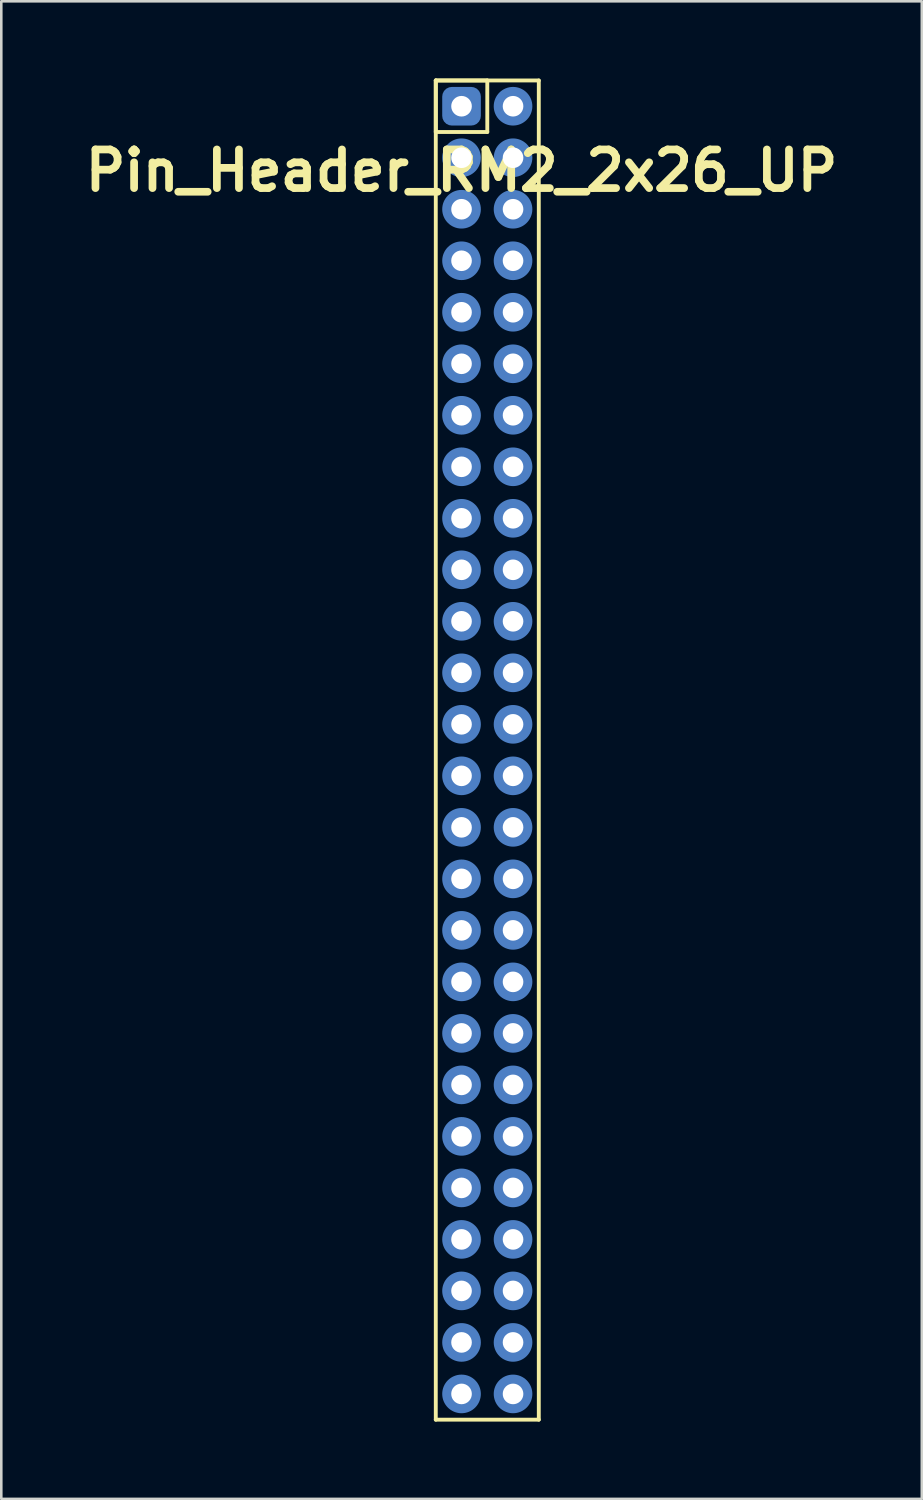
<source format=kicad_pcb>
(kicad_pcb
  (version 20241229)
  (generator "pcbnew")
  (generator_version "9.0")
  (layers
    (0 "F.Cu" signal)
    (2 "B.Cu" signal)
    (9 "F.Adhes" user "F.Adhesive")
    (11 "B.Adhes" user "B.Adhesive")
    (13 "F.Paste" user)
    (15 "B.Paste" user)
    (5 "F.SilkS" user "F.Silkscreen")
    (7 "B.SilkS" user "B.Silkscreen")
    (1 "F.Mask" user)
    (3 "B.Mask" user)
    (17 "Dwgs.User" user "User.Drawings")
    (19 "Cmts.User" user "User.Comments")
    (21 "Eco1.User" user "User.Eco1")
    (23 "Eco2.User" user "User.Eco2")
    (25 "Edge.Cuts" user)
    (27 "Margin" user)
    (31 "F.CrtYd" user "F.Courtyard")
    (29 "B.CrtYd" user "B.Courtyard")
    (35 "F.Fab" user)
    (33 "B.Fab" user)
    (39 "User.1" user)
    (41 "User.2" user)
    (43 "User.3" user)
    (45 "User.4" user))
  (footprint "Pin_Header_RM2_2x26_UP"
    (layer "F.Cu")
    (at 14.871 1.075)
    (property "Reference" "Pin_Header_RM2_2x26_UP" (at 0 2.5 0) (layer "F.SilkS") (effects (font (size 1.5 1.5) (thickness 0.3))))
    (attr through_hole)
    (fp_line (start -1 -1) (end 1 -1) (stroke (width 0.15) (type solid)) (layer "F.SilkS"))
    (fp_line (start -1 -1) (end 3 -1) (stroke (width 0.15) (type solid)) (layer "F.SilkS"))
    (fp_line (start -1 1) (end -1 -1) (stroke (width 0.15) (type solid)) (layer "F.SilkS"))
    (fp_line (start -1 51) (end -1 -1) (stroke (width 0.15) (type solid)) (layer "F.SilkS"))
    (fp_line (start 1 -1) (end 1 1) (stroke (width 0.15) (type solid)) (layer "F.SilkS"))
    (fp_line (start 1 1) (end -1 1) (stroke (width 0.15) (type solid)) (layer "F.SilkS"))
    (fp_line (start 3 -1) (end 3 51) (stroke (width 0.15) (type solid)) (layer "F.SilkS"))
    (fp_line (start 3 51) (end -1 51) (stroke (width 0.15) (type solid)) (layer "F.SilkS"))
    (pad "1" thru_hole circle (at 0 0) (size 1.1 1.1) (drill 0.8) (layers "*.Cu" "*.Mask"))
    (pad "1" smd roundrect (at 0 0) (size 1.25 1.25) (layers "F.Cu" "F.Mask") (roundrect_rratio 0.25))
    (pad "1" smd roundrect (at 0 0) (size 1.5 1.5) (layers "B.Cu" "B.Mask") (roundrect_rratio 0.25))
    (pad "2" thru_hole circle (at 2 0) (size 1.1 1.1) (drill 0.8) (layers "*.Cu" "*.Mask"))
    (pad "2" smd circle (at 2 0) (size 1.25 1.25) (layers "F.Cu" "F.Mask"))
    (pad "2" smd circle (at 2 0) (size 1.5 1.5) (layers "B.Cu" "B.Mask"))
    (pad "3" thru_hole circle (at 0 2) (size 1.1 1.1) (drill 0.8) (layers "*.Cu" "*.Mask"))
    (pad "3" smd circle (at 0 2) (size 1.25 1.25) (layers "F.Cu" "F.Mask"))
    (pad "3" smd circle (at 0 2) (size 1.5 1.5) (layers "B.Cu" "B.Mask"))
    (pad "4" thru_hole circle (at 2 2) (size 1.1 1.1) (drill 0.8) (layers "*.Cu" "*.Mask"))
    (pad "4" smd circle (at 2 2) (size 1.25 1.25) (layers "F.Cu" "F.Mask"))
    (pad "4" smd circle (at 2 2) (size 1.5 1.5) (layers "B.Cu" "B.Mask"))
    (pad "5" thru_hole circle (at 0 4) (size 1.1 1.1) (drill 0.8) (layers "*.Cu" "*.Mask"))
    (pad "5" smd circle (at 0 4) (size 1.25 1.25) (layers "F.Cu" "F.Mask"))
    (pad "5" smd circle (at 0 4) (size 1.5 1.5) (layers "B.Cu" "B.Mask"))
    (pad "6" thru_hole circle (at 2 4) (size 1.1 1.1) (drill 0.8) (layers "*.Cu" "*.Mask"))
    (pad "6" smd circle (at 2 4) (size 1.25 1.25) (layers "F.Cu" "F.Mask"))
    (pad "6" smd circle (at 2 4) (size 1.5 1.5) (layers "B.Cu" "B.Mask"))
    (pad "7" thru_hole circle (at 0 6) (size 1.1 1.1) (drill 0.8) (layers "*.Cu" "*.Mask"))
    (pad "7" smd circle (at 0 6) (size 1.25 1.25) (layers "F.Cu" "F.Mask"))
    (pad "7" smd circle (at 0 6) (size 1.5 1.5) (layers "B.Cu" "B.Mask"))
    (pad "8" thru_hole circle (at 2 6) (size 1.1 1.1) (drill 0.8) (layers "*.Cu" "*.Mask"))
    (pad "8" smd circle (at 2 6) (size 1.25 1.25) (layers "F.Cu" "F.Mask"))
    (pad "8" smd circle (at 2 6) (size 1.5 1.5) (layers "B.Cu" "B.Mask"))
    (pad "9" thru_hole circle (at 0 8) (size 1.1 1.1) (drill 0.8) (layers "*.Cu" "*.Mask"))
    (pad "9" smd circle (at 0 8) (size 1.25 1.25) (layers "F.Cu" "F.Mask"))
    (pad "9" smd circle (at 0 8) (size 1.5 1.5) (layers "B.Cu" "B.Mask"))
    (pad "10" thru_hole circle (at 2 8) (size 1.1 1.1) (drill 0.8) (layers "*.Cu" "*.Mask"))
    (pad "10" smd circle (at 2 8) (size 1.25 1.25) (layers "F.Cu" "F.Mask"))
    (pad "10" smd circle (at 2 8) (size 1.5 1.5) (layers "B.Cu" "B.Mask"))
    (pad "11" thru_hole circle (at 0 10) (size 1.1 1.1) (drill 0.8) (layers "*.Cu" "*.Mask"))
    (pad "11" smd circle (at 0 10) (size 1.25 1.25) (layers "F.Cu" "F.Mask"))
    (pad "11" smd circle (at 0 10) (size 1.5 1.5) (layers "B.Cu" "B.Mask"))
    (pad "12" thru_hole circle (at 2 10) (size 1.1 1.1) (drill 0.8) (layers "*.Cu" "*.Mask"))
    (pad "12" smd circle (at 2 10) (size 1.25 1.25) (layers "F.Cu" "F.Mask"))
    (pad "12" smd circle (at 2 10) (size 1.5 1.5) (layers "B.Cu" "B.Mask"))
    (pad "13" thru_hole circle (at 0 12) (size 1.1 1.1) (drill 0.8) (layers "*.Cu" "*.Mask"))
    (pad "13" smd circle (at 0 12) (size 1.25 1.25) (layers "F.Cu" "F.Mask"))
    (pad "13" smd circle (at 0 12) (size 1.5 1.5) (layers "B.Cu" "B.Mask"))
    (pad "14" thru_hole circle (at 2 12) (size 1.1 1.1) (drill 0.8) (layers "*.Cu" "*.Mask"))
    (pad "14" smd circle (at 2 12) (size 1.25 1.25) (layers "F.Cu" "F.Mask"))
    (pad "14" smd circle (at 2 12) (size 1.5 1.5) (layers "B.Cu" "B.Mask"))
    (pad "15" thru_hole circle (at 0 14) (size 1.1 1.1) (drill 0.8) (layers "*.Cu" "*.Mask"))
    (pad "15" smd circle (at 0 14) (size 1.25 1.25) (layers "F.Cu" "F.Mask"))
    (pad "15" smd circle (at 0 14) (size 1.5 1.5) (layers "B.Cu" "B.Mask"))
    (pad "16" thru_hole circle (at 2 14) (size 1.1 1.1) (drill 0.8) (layers "*.Cu" "*.Mask"))
    (pad "16" smd circle (at 2 14) (size 1.25 1.25) (layers "F.Cu" "F.Mask"))
    (pad "16" smd circle (at 2 14) (size 1.5 1.5) (layers "B.Cu" "B.Mask"))
    (pad "17" thru_hole circle (at 0 16) (size 1.1 1.1) (drill 0.8) (layers "*.Cu" "*.Mask"))
    (pad "17" smd circle (at 0 16) (size 1.25 1.25) (layers "F.Cu" "F.Mask"))
    (pad "17" smd circle (at 0 16) (size 1.5 1.5) (layers "B.Cu" "B.Mask"))
    (pad "18" thru_hole circle (at 2 16) (size 1.1 1.1) (drill 0.8) (layers "*.Cu" "*.Mask"))
    (pad "18" smd circle (at 2 16) (size 1.25 1.25) (layers "F.Cu" "F.Mask"))
    (pad "18" smd circle (at 2 16) (size 1.5 1.5) (layers "B.Cu" "B.Mask"))
    (pad "19" thru_hole circle (at 0 18) (size 1.1 1.1) (drill 0.8) (layers "*.Cu" "*.Mask"))
    (pad "19" smd circle (at 0 18) (size 1.25 1.25) (layers "F.Cu" "F.Mask"))
    (pad "19" smd circle (at 0 18) (size 1.5 1.5) (layers "B.Cu" "B.Mask"))
    (pad "20" thru_hole circle (at 2 18) (size 1.1 1.1) (drill 0.8) (layers "*.Cu" "*.Mask"))
    (pad "20" smd circle (at 2 18) (size 1.25 1.25) (layers "F.Cu" "F.Mask"))
    (pad "20" smd circle (at 2 18) (size 1.5 1.5) (layers "B.Cu" "B.Mask"))
    (pad "21" thru_hole circle (at 0 20) (size 1.1 1.1) (drill 0.8) (layers "*.Cu" "*.Mask"))
    (pad "21" smd circle (at 0 20) (size 1.25 1.25) (layers "F.Cu" "F.Mask"))
    (pad "21" smd circle (at 0 20) (size 1.5 1.5) (layers "B.Cu" "B.Mask"))
    (pad "22" thru_hole circle (at 2 20) (size 1.1 1.1) (drill 0.8) (layers "*.Cu" "*.Mask"))
    (pad "22" smd circle (at 2 20) (size 1.25 1.25) (layers "F.Cu" "F.Mask"))
    (pad "22" smd circle (at 2 20) (size 1.5 1.5) (layers "B.Cu" "B.Mask"))
    (pad "23" thru_hole circle (at 0 22) (size 1.1 1.1) (drill 0.8) (layers "*.Cu" "*.Mask"))
    (pad "23" smd circle (at 0 22) (size 1.25 1.25) (layers "F.Cu" "F.Mask"))
    (pad "23" smd circle (at 0 22) (size 1.5 1.5) (layers "B.Cu" "B.Mask"))
    (pad "24" thru_hole circle (at 2 22) (size 1.1 1.1) (drill 0.8) (layers "*.Cu" "*.Mask"))
    (pad "24" smd circle (at 2 22) (size 1.25 1.25) (layers "F.Cu" "F.Mask"))
    (pad "24" smd circle (at 2 22) (size 1.5 1.5) (layers "B.Cu" "B.Mask"))
    (pad "25" thru_hole circle (at 0 24) (size 1.1 1.1) (drill 0.8) (layers "*.Cu" "*.Mask"))
    (pad "25" smd circle (at 0 24) (size 1.25 1.25) (layers "F.Cu" "F.Mask"))
    (pad "25" smd circle (at 0 24) (size 1.5 1.5) (layers "B.Cu" "B.Mask"))
    (pad "26" thru_hole circle (at 2 24) (size 1.1 1.1) (drill 0.8) (layers "*.Cu" "*.Mask"))
    (pad "26" smd circle (at 2 24) (size 1.25 1.25) (layers "F.Cu" "F.Mask"))
    (pad "26" smd circle (at 2 24) (size 1.5 1.5) (layers "B.Cu" "B.Mask"))
    (pad "27" thru_hole circle (at 0 26) (size 1.1 1.1) (drill 0.8) (layers "*.Cu" "*.Mask"))
    (pad "27" smd circle (at 0 26) (size 1.25 1.25) (layers "F.Cu" "F.Mask"))
    (pad "27" smd circle (at 0 26) (size 1.5 1.5) (layers "B.Cu" "B.Mask"))
    (pad "28" thru_hole circle (at 2 26) (size 1.1 1.1) (drill 0.8) (layers "*.Cu" "*.Mask"))
    (pad "28" smd circle (at 2 26) (size 1.25 1.25) (layers "F.Cu" "F.Mask"))
    (pad "28" smd circle (at 2 26) (size 1.5 1.5) (layers "B.Cu" "B.Mask"))
    (pad "29" thru_hole circle (at 0 28) (size 1.1 1.1) (drill 0.8) (layers "*.Cu" "*.Mask"))
    (pad "29" smd circle (at 0 28) (size 1.25 1.25) (layers "F.Cu" "F.Mask"))
    (pad "29" smd circle (at 0 28) (size 1.5 1.5) (layers "B.Cu" "B.Mask"))
    (pad "30" thru_hole circle (at 2 28) (size 1.1 1.1) (drill 0.8) (layers "*.Cu" "*.Mask"))
    (pad "30" smd circle (at 2 28) (size 1.25 1.25) (layers "F.Cu" "F.Mask"))
    (pad "30" smd circle (at 2 28) (size 1.5 1.5) (layers "B.Cu" "B.Mask"))
    (pad "31" thru_hole circle (at 0 30) (size 1.1 1.1) (drill 0.8) (layers "*.Cu" "*.Mask"))
    (pad "31" smd circle (at 0 30) (size 1.25 1.25) (layers "F.Cu" "F.Mask"))
    (pad "31" smd circle (at 0 30) (size 1.5 1.5) (layers "B.Cu" "B.Mask"))
    (pad "32" thru_hole circle (at 2 30) (size 1.1 1.1) (drill 0.8) (layers "*.Cu" "*.Mask"))
    (pad "32" smd circle (at 2 30) (size 1.25 1.25) (layers "F.Cu" "F.Mask"))
    (pad "32" smd circle (at 2 30) (size 1.5 1.5) (layers "B.Cu" "B.Mask"))
    (pad "33" thru_hole circle (at 0 32) (size 1.1 1.1) (drill 0.8) (layers "*.Cu" "*.Mask"))
    (pad "33" smd circle (at 0 32) (size 1.25 1.25) (layers "F.Cu" "F.Mask"))
    (pad "33" smd circle (at 0 32) (size 1.5 1.5) (layers "B.Cu" "B.Mask"))
    (pad "34" thru_hole circle (at 2 32) (size 1.1 1.1) (drill 0.8) (layers "*.Cu" "*.Mask"))
    (pad "34" smd circle (at 2 32) (size 1.25 1.25) (layers "F.Cu" "F.Mask"))
    (pad "34" smd circle (at 2 32) (size 1.5 1.5) (layers "B.Cu" "B.Mask"))
    (pad "35" thru_hole circle (at 0 34) (size 1.1 1.1) (drill 0.8) (layers "*.Cu" "*.Mask"))
    (pad "35" smd circle (at 0 34) (size 1.25 1.25) (layers "F.Cu" "F.Mask"))
    (pad "35" smd circle (at 0 34) (size 1.5 1.5) (layers "B.Cu" "B.Mask"))
    (pad "36" thru_hole circle (at 2 34) (size 1.1 1.1) (drill 0.8) (layers "*.Cu" "*.Mask"))
    (pad "36" smd circle (at 2 34) (size 1.25 1.25) (layers "F.Cu" "F.Mask"))
    (pad "36" smd circle (at 2 34) (size 1.5 1.5) (layers "B.Cu" "B.Mask"))
    (pad "37" thru_hole circle (at 0 36) (size 1.1 1.1) (drill 0.8) (layers "*.Cu" "*.Mask"))
    (pad "37" smd circle (at 0 36) (size 1.25 1.25) (layers "F.Cu" "F.Mask"))
    (pad "37" smd circle (at 0 36) (size 1.5 1.5) (layers "B.Cu" "B.Mask"))
    (pad "38" thru_hole circle (at 2 36) (size 1.1 1.1) (drill 0.8) (layers "*.Cu" "*.Mask"))
    (pad "38" smd circle (at 2 36) (size 1.25 1.25) (layers "F.Cu" "F.Mask"))
    (pad "38" smd circle (at 2 36) (size 1.5 1.5) (layers "B.Cu" "B.Mask"))
    (pad "39" thru_hole circle (at 0 38) (size 1.1 1.1) (drill 0.8) (layers "*.Cu" "*.Mask"))
    (pad "39" smd circle (at 0 38) (size 1.25 1.25) (layers "F.Cu" "F.Mask"))
    (pad "39" smd circle (at 0 38) (size 1.5 1.5) (layers "B.Cu" "B.Mask"))
    (pad "40" thru_hole circle (at 2 38) (size 1.1 1.1) (drill 0.8) (layers "*.Cu" "*.Mask"))
    (pad "40" smd circle (at 2 38) (size 1.25 1.25) (layers "F.Cu" "F.Mask"))
    (pad "40" smd circle (at 2 38) (size 1.5 1.5) (layers "B.Cu" "B.Mask"))
    (pad "41" thru_hole circle (at 0 40) (size 1.1 1.1) (drill 0.8) (layers "*.Cu" "*.Mask"))
    (pad "41" smd circle (at 0 40) (size 1.25 1.25) (layers "F.Cu" "F.Mask"))
    (pad "41" smd circle (at 0 40) (size 1.5 1.5) (layers "B.Cu" "B.Mask"))
    (pad "42" thru_hole circle (at 2 40) (size 1.1 1.1) (drill 0.8) (layers "*.Cu" "*.Mask"))
    (pad "42" smd circle (at 2 40) (size 1.25 1.25) (layers "F.Cu" "F.Mask"))
    (pad "42" smd circle (at 2 40) (size 1.5 1.5) (layers "B.Cu" "B.Mask"))
    (pad "43" thru_hole circle (at 0 42) (size 1.1 1.1) (drill 0.8) (layers "*.Cu" "*.Mask"))
    (pad "43" smd circle (at 0 42) (size 1.25 1.25) (layers "F.Cu" "F.Mask"))
    (pad "43" smd circle (at 0 42) (size 1.5 1.5) (layers "B.Cu" "B.Mask"))
    (pad "44" thru_hole circle (at 2 42) (size 1.1 1.1) (drill 0.8) (layers "*.Cu" "*.Mask"))
    (pad "44" smd circle (at 2 42) (size 1.25 1.25) (layers "F.Cu" "F.Mask"))
    (pad "44" smd circle (at 2 42) (size 1.5 1.5) (layers "B.Cu" "B.Mask"))
    (pad "45" thru_hole circle (at 0 44) (size 1.1 1.1) (drill 0.8) (layers "*.Cu" "*.Mask"))
    (pad "45" smd circle (at 0 44) (size 1.25 1.25) (layers "F.Cu" "F.Mask"))
    (pad "45" smd circle (at 0 44) (size 1.5 1.5) (layers "B.Cu" "B.Mask"))
    (pad "46" thru_hole circle (at 2 44) (size 1.1 1.1) (drill 0.8) (layers "*.Cu" "*.Mask"))
    (pad "46" smd circle (at 2 44) (size 1.25 1.25) (layers "F.Cu" "F.Mask"))
    (pad "46" smd circle (at 2 44) (size 1.5 1.5) (layers "B.Cu" "B.Mask"))
    (pad "47" thru_hole circle (at 0 46) (size 1.1 1.1) (drill 0.8) (layers "*.Cu" "*.Mask"))
    (pad "47" smd circle (at 0 46) (size 1.25 1.25) (layers "F.Cu" "F.Mask"))
    (pad "47" smd circle (at 0 46) (size 1.5 1.5) (layers "B.Cu" "B.Mask"))
    (pad "48" thru_hole circle (at 2 46) (size 1.1 1.1) (drill 0.8) (layers "*.Cu" "*.Mask"))
    (pad "48" smd circle (at 2 46) (size 1.25 1.25) (layers "F.Cu" "F.Mask"))
    (pad "48" smd circle (at 2 46) (size 1.5 1.5) (layers "B.Cu" "B.Mask"))
    (pad "49" thru_hole circle (at 0 48) (size 1.1 1.1) (drill 0.8) (layers "*.Cu" "*.Mask"))
    (pad "49" smd circle (at 0 48) (size 1.25 1.25) (layers "F.Cu" "F.Mask"))
    (pad "49" smd circle (at 0 48) (size 1.5 1.5) (layers "B.Cu" "B.Mask"))
    (pad "50" thru_hole circle (at 2 48) (size 1.1 1.1) (drill 0.8) (layers "*.Cu" "*.Mask"))
    (pad "50" smd circle (at 2 48) (size 1.25 1.25) (layers "F.Cu" "F.Mask"))
    (pad "50" smd circle (at 2 48) (size 1.5 1.5) (layers "B.Cu" "B.Mask"))
    (pad "51" thru_hole circle (at 0 50) (size 1.1 1.1) (drill 0.8) (layers "*.Cu" "*.Mask"))
    (pad "51" smd circle (at 0 50) (size 1.25 1.25) (layers "F.Cu" "F.Mask"))
    (pad "51" smd circle (at 0 50) (size 1.5 1.5) (layers "B.Cu" "B.Mask"))
    (pad "52" thru_hole circle (at 2 50) (size 1.1 1.1) (drill 0.8) (layers "*.Cu" "*.Mask"))
    (pad "52" smd circle (at 2 50) (size 1.25 1.25) (layers "F.Cu" "F.Mask"))
    (pad "52" smd circle (at 2 50) (size 1.5 1.5) (layers "B.Cu" "B.Mask")))
  (gr_rect
    (start -3 -3)
    (end 32.743 55.15)
    (stroke (width 0.1) (type default))
    (fill no)
    (layer "Edge.Cuts")))
</source>
